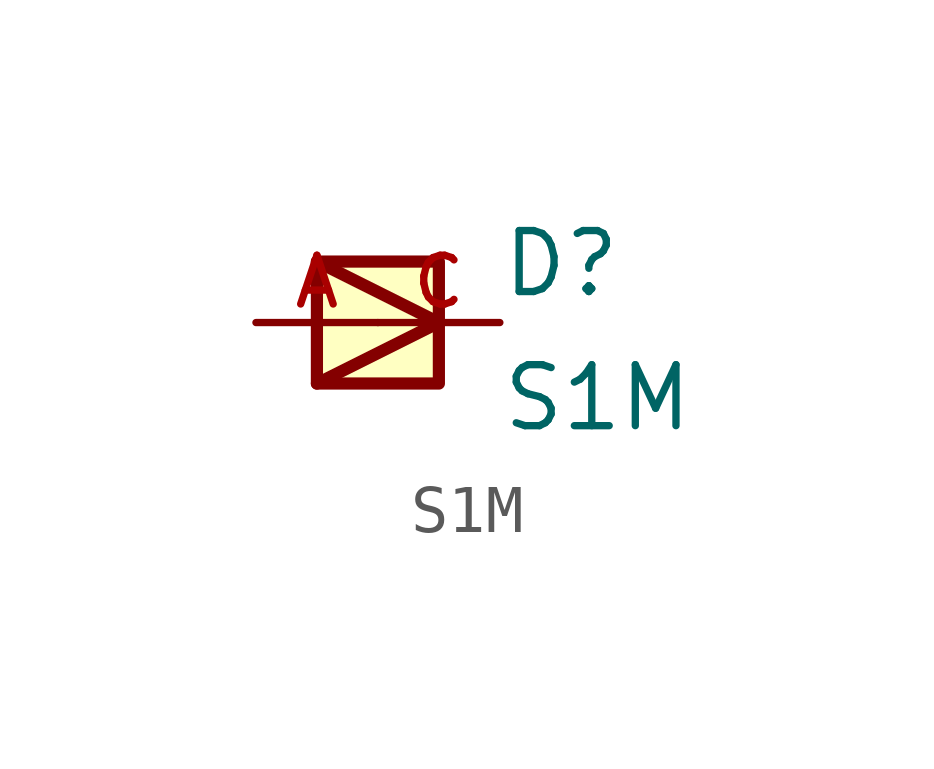
<source format=kicad_sym>
(kicad_symbol_lib
  (version 20211014)
  (generator kicad_symbol_editor)
  (symbol "S1M"
    (pin_names
      (offset 1.016))
    (property "Reference" "D"
      (at 2.54 0.483 0)
      (effects (font (size 1.27 1.27)) (justify bottom left)))
    (property "Value" "S1M"
      (at 2.54 -2.311 0)
      (effects (font (size 1.27 1.27)) (justify bottom left)))
    (symbol "S1M_0_0"
      (polyline (pts (xy -1.27 -1.27) (xy 1.27 0.0)) (stroke (width 0.254)))
      (polyline (pts (xy 1.27 0.0) (xy -1.27 1.27)) (stroke (width 0.254)))
      (rectangle (start -1.27 -1.27) (end 1.27 1.27) (stroke (width 0.254)) (fill (type background)))
      (pin passive line (at -2.54 0.0 0) (length 2.54) (name "~" (effects (font (size 1.016 1.016)))) (number "A" (effects (font (size 1.016 1.016)))))
      (pin passive line (at 2.54 0.0 180.0) (length 2.54) (name "~" (effects (font (size 1.016 1.016)))) (number "C" (effects (font (size 1.016 1.016))))))))
</source>
